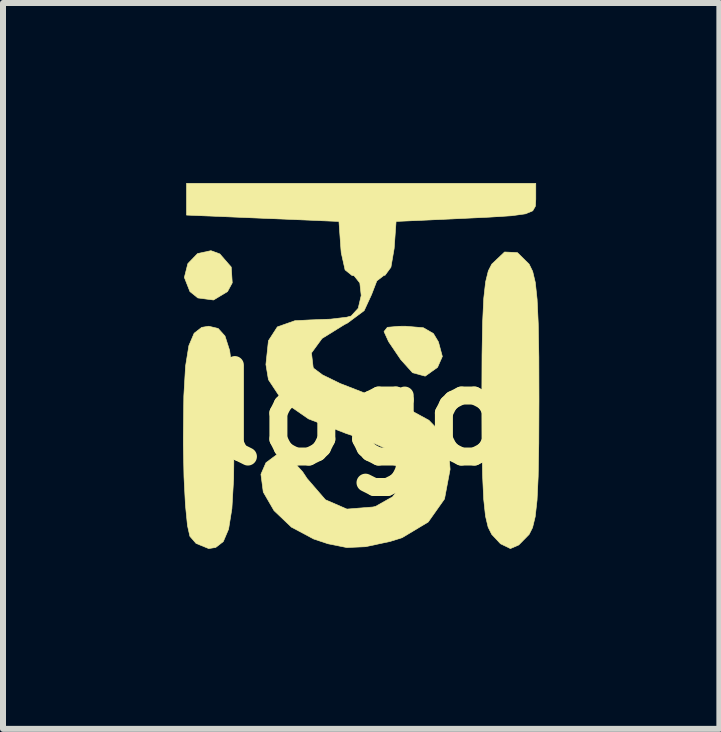
<source format=kicad_pcb>
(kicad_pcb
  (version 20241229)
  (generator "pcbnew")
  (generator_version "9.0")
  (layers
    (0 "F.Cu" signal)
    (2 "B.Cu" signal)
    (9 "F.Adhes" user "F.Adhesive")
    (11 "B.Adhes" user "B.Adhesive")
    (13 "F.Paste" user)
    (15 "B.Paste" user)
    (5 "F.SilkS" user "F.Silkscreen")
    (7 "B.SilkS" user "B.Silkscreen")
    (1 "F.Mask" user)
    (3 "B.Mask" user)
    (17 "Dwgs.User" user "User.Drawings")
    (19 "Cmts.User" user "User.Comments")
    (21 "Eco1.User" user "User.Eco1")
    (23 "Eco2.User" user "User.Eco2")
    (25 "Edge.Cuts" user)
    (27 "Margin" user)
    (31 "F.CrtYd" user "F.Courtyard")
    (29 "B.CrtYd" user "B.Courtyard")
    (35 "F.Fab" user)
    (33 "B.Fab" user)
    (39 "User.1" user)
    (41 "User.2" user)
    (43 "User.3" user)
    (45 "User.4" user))
  (footprint "logo"
    (layer "F.Cu")
    (at 2.968 3.868)
    (property "Reference" "logo" (at 0 0 0) (layer "F.SilkS") (effects (font (size 1.524 1.524) (thickness 0.3))))
    (attr through_hole)
    (fp_poly (pts (xy -2.355 -2.687) (xy -2.165 -2.468) (xy -2.148 -2.205) (xy -2.227 -2.059) (xy -2.46 -1.919) (xy -2.721 -1.953) (xy -2.853 -2.059) (xy -2.946 -2.295) (xy -2.888 -2.525) (xy -2.726 -2.693) (xy -2.503 -2.741) (xy -2.355 -2.687)) (stroke (width 0.01) (type solid)) (fill yes) (layer "F.SilkS"))
    (fp_poly (pts (xy 1.036 -1.457) (xy 1.204 -1.36) (xy 1.288 -1.22) (xy 1.353 -0.978) (xy 1.273 -0.797) (xy 1.067 -0.65) (xy 0.857 -0.707) (xy 0.66 -0.926) (xy 0.457 -1.226) (xy 0.381 -1.393) (xy 0.437 -1.464) (xy 0.63 -1.481) (xy 0.737 -1.482) (xy 1.036 -1.457)) (stroke (width 0.01) (type solid)) (fill yes) (layer "F.SilkS"))
    (fp_poly (pts (xy -2.383 -1.445) (xy -2.269 -1.319) (xy -2.191 -1.077) (xy -2.143 -0.694) (xy -2.121 -0.144) (xy -2.117 0.37) (xy -2.125 1.057) (xy -2.154 1.558) (xy -2.209 1.899) (xy -2.297 2.106) (xy -2.423 2.204) (xy -2.54 2.223) (xy -2.751 2.137) (xy -2.854 2.018) (xy -2.894 1.84) (xy -2.928 1.496) (xy -2.952 1.032) (xy -2.963 0.495) (xy -2.963 0.37) (xy -2.955 -0.316) (xy -2.926 -0.817) (xy -2.871 -1.158) (xy -2.783 -1.365) (xy -2.657 -1.463) (xy -2.54 -1.482) (xy -2.383 -1.445)) (stroke (width 0.01) (type solid)) (fill yes) (layer "F.SilkS"))
    (fp_poly (pts (xy 2.603 -2.709) (xy 2.799 -2.516) (xy 2.858 -2.396) (xy 2.902 -2.211) (xy 2.932 -1.93) (xy 2.951 -1.525) (xy 2.961 -0.966) (xy 2.963 -0.265) (xy 2.96 0.468) (xy 2.95 1.019) (xy 2.931 1.417) (xy 2.9 1.693) (xy 2.856 1.874) (xy 2.799 1.987) (xy 2.626 2.163) (xy 2.487 2.223) (xy 2.322 2.143) (xy 2.176 1.987) (xy 2.116 1.867) (xy 2.072 1.682) (xy 2.042 1.401) (xy 2.023 0.996) (xy 2.013 0.437) (xy 2.011 -0.265) (xy 2.014 -0.998) (xy 2.024 -1.548) (xy 2.043 -1.947) (xy 2.074 -2.222) (xy 2.119 -2.404) (xy 2.176 -2.516) (xy 2.39 -2.719) (xy 2.603 -2.709)) (stroke (width 0.01) (type solid)) (fill yes) (layer "F.SilkS"))
    (fp_poly (pts (xy 2.91 -3.598) (xy 2.904 -3.483) (xy 2.859 -3.405) (xy 2.739 -3.355) (xy 2.508 -3.323) (xy 2.128 -3.299) (xy 1.746 -3.281) (xy 0.582 -3.228) (xy 0.55 -2.778) (xy 0.496 -2.465) (xy 0.398 -2.331) (xy 0.378 -2.328) (xy 0.261 -2.237) (xy 0.176 -2.016) (xy 0.175 -2.013) (xy 0.05 -1.742) (xy -0.228 -1.535) (xy -0.278 -1.51) (xy -0.652 -1.278) (xy -0.828 -1.037) (xy -0.8 -0.798) (xy -0.79 -0.78) (xy -0.644 -0.671) (xy -0.349 -0.527) (xy 0.042 -0.375) (xy 0.207 -0.319) (xy 0.758 -0.117) (xy 1.129 0.085) (xy 1.353 0.318) (xy 1.46 0.61) (xy 1.482 0.903) (xy 1.389 1.396) (xy 1.118 1.78) (xy 0.682 2.042) (xy 0.484 2.104) (xy 0.073 2.192) (xy -0.239 2.206) (xy -0.552 2.143) (xy -0.79 2.064) (xy -1.162 1.866) (xy -1.452 1.59) (xy -1.631 1.281) (xy -1.67 0.985) (xy -1.586 0.792) (xy -1.396 0.651) (xy -1.199 0.699) (xy -0.976 0.943) (xy -0.901 1.056) (xy -0.595 1.41) (xy -0.237 1.565) (xy 0.199 1.53) (xy 0.244 1.518) (xy 0.526 1.359) (xy 0.695 1.116) (xy 0.718 0.85) (xy 0.641 0.695) (xy 0.476 0.585) (xy 0.17 0.45) (xy -0.213 0.317) (xy -0.242 0.308) (xy -0.877 0.062) (xy -1.312 -0.239) (xy -1.545 -0.592) (xy -1.587 -0.845) (xy -1.545 -1.24) (xy -1.396 -1.471) (xy -1.104 -1.574) (xy -0.852 -1.587) (xy -0.511 -1.6) (xy -0.242 -1.632) (xy -0.167 -1.652) (xy -0.049 -1.781) (xy 0.001 -1.994) (xy -0.022 -2.203) (xy -0.118 -2.323) (xy -0.153 -2.328) (xy -0.268 -2.421) (xy -0.332 -2.707) (xy -0.338 -2.778) (xy -0.37 -3.228) (xy -2.91 -3.334) (xy -2.91 -3.863) (xy 2.91 -3.863) (xy 2.91 -3.598)) (stroke (width 0.01) (type solid)) (fill yes) (layer "F.SilkS")))
  (gr_rect
    (start -3 -3)
    (end 8.937 9.095)
    (stroke (width 0.1) (type default))
    (fill no)
    (layer "Edge.Cuts")))
</source>
